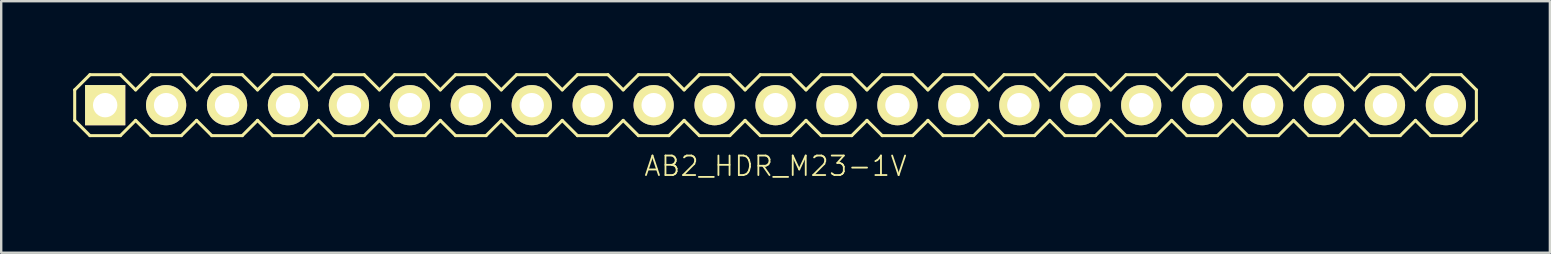
<source format=kicad_pcb>
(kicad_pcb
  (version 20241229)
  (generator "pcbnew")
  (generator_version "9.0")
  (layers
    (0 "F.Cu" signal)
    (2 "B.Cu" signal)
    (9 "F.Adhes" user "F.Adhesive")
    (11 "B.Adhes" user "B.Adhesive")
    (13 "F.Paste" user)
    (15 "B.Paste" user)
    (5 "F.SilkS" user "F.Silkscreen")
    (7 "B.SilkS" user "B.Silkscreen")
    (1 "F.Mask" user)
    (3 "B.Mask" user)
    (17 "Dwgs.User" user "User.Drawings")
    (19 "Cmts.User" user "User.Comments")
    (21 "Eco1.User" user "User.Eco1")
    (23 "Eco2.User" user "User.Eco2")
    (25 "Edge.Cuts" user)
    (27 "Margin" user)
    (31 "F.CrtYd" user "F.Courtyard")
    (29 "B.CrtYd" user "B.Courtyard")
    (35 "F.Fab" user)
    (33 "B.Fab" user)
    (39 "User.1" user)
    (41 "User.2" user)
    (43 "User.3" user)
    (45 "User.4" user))
  (footprint "AB2_HDR_M23-1V"
    (layer "F.Cu")
    (at 29.273 1.333)
    (property "Reference" "AB2_HDR_M23-1V" (at 0 2.54 0) (layer "F.SilkS") (effects (font (size 0.813 0.813) (thickness 0.076))))
    (attr through_hole)
    (fp_line (start -29.21 -0.635) (end -28.575 -1.27) (stroke (width 0.127) (type solid)) (layer "F.SilkS"))
    (fp_line (start -29.21 0.635) (end -29.21 -0.635) (stroke (width 0.127) (type solid)) (layer "F.SilkS"))
    (fp_line (start -28.575 -1.27) (end -27.305 -1.27) (stroke (width 0.127) (type solid)) (layer "F.SilkS"))
    (fp_line (start -28.575 1.27) (end -29.21 0.635) (stroke (width 0.127) (type solid)) (layer "F.SilkS"))
    (fp_line (start -27.305 -1.27) (end -26.67 -0.635) (stroke (width 0.127) (type solid)) (layer "F.SilkS"))
    (fp_line (start -27.305 1.27) (end -28.575 1.27) (stroke (width 0.127) (type solid)) (layer "F.SilkS"))
    (fp_line (start -26.67 -0.635) (end -26.035 -1.27) (stroke (width 0.127) (type solid)) (layer "F.SilkS"))
    (fp_line (start -26.67 0.635) (end -27.305 1.27) (stroke (width 0.127) (type solid)) (layer "F.SilkS"))
    (fp_line (start -26.035 -1.27) (end -24.765 -1.27) (stroke (width 0.127) (type solid)) (layer "F.SilkS"))
    (fp_line (start -26.035 1.27) (end -26.67 0.635) (stroke (width 0.127) (type solid)) (layer "F.SilkS"))
    (fp_line (start -24.765 -1.27) (end -24.13 -0.635) (stroke (width 0.127) (type solid)) (layer "F.SilkS"))
    (fp_line (start -24.765 1.27) (end -26.035 1.27) (stroke (width 0.127) (type solid)) (layer "F.SilkS"))
    (fp_line (start -24.13 -0.635) (end -23.495 -1.27) (stroke (width 0.127) (type solid)) (layer "F.SilkS"))
    (fp_line (start -24.13 0.635) (end -24.765 1.27) (stroke (width 0.127) (type solid)) (layer "F.SilkS"))
    (fp_line (start -23.495 -1.27) (end -22.225 -1.27) (stroke (width 0.127) (type solid)) (layer "F.SilkS"))
    (fp_line (start -23.495 1.27) (end -24.13 0.635) (stroke (width 0.127) (type solid)) (layer "F.SilkS"))
    (fp_line (start -22.225 -1.27) (end -21.59 -0.635) (stroke (width 0.127) (type solid)) (layer "F.SilkS"))
    (fp_line (start -22.225 1.27) (end -23.495 1.27) (stroke (width 0.127) (type solid)) (layer "F.SilkS"))
    (fp_line (start -21.59 -0.635) (end -20.955 -1.27) (stroke (width 0.127) (type solid)) (layer "F.SilkS"))
    (fp_line (start -21.59 0.635) (end -22.225 1.27) (stroke (width 0.127) (type solid)) (layer "F.SilkS"))
    (fp_line (start -20.955 -1.27) (end -19.685 -1.27) (stroke (width 0.127) (type solid)) (layer "F.SilkS"))
    (fp_line (start -20.955 1.27) (end -21.59 0.635) (stroke (width 0.127) (type solid)) (layer "F.SilkS"))
    (fp_line (start -19.685 -1.27) (end -19.05 -0.635) (stroke (width 0.127) (type solid)) (layer "F.SilkS"))
    (fp_line (start -19.685 1.27) (end -20.955 1.27) (stroke (width 0.127) (type solid)) (layer "F.SilkS"))
    (fp_line (start -19.05 -0.635) (end -18.415 -1.27) (stroke (width 0.127) (type solid)) (layer "F.SilkS"))
    (fp_line (start -19.05 0.635) (end -19.685 1.27) (stroke (width 0.127) (type solid)) (layer "F.SilkS"))
    (fp_line (start -18.415 -1.27) (end -17.145 -1.27) (stroke (width 0.127) (type solid)) (layer "F.SilkS"))
    (fp_line (start -18.415 1.27) (end -19.05 0.635) (stroke (width 0.127) (type solid)) (layer "F.SilkS"))
    (fp_line (start -17.145 -1.27) (end -16.51 -0.635) (stroke (width 0.127) (type solid)) (layer "F.SilkS"))
    (fp_line (start -17.145 1.27) (end -18.415 1.27) (stroke (width 0.127) (type solid)) (layer "F.SilkS"))
    (fp_line (start -16.51 -0.635) (end -15.875 -1.27) (stroke (width 0.127) (type solid)) (layer "F.SilkS"))
    (fp_line (start -16.51 0.635) (end -17.145 1.27) (stroke (width 0.127) (type solid)) (layer "F.SilkS"))
    (fp_line (start -15.875 -1.27) (end -14.605 -1.27) (stroke (width 0.127) (type solid)) (layer "F.SilkS"))
    (fp_line (start -15.875 1.27) (end -16.51 0.635) (stroke (width 0.127) (type solid)) (layer "F.SilkS"))
    (fp_line (start -14.605 -1.27) (end -13.97 -0.635) (stroke (width 0.127) (type solid)) (layer "F.SilkS"))
    (fp_line (start -14.605 1.27) (end -15.875 1.27) (stroke (width 0.127) (type solid)) (layer "F.SilkS"))
    (fp_line (start -13.97 -0.635) (end -13.335 -1.27) (stroke (width 0.127) (type solid)) (layer "F.SilkS"))
    (fp_line (start -13.97 0.635) (end -14.605 1.27) (stroke (width 0.127) (type solid)) (layer "F.SilkS"))
    (fp_line (start -13.335 -1.27) (end -12.065 -1.27) (stroke (width 0.127) (type solid)) (layer "F.SilkS"))
    (fp_line (start -13.335 1.27) (end -13.97 0.635) (stroke (width 0.127) (type solid)) (layer "F.SilkS"))
    (fp_line (start -12.065 -1.27) (end -11.43 -0.635) (stroke (width 0.127) (type solid)) (layer "F.SilkS"))
    (fp_line (start -12.065 1.27) (end -13.335 1.27) (stroke (width 0.127) (type solid)) (layer "F.SilkS"))
    (fp_line (start -11.43 -0.635) (end -10.795 -1.27) (stroke (width 0.127) (type solid)) (layer "F.SilkS"))
    (fp_line (start -11.43 0.635) (end -12.065 1.27) (stroke (width 0.127) (type solid)) (layer "F.SilkS"))
    (fp_line (start -10.795 -1.27) (end -9.525 -1.27) (stroke (width 0.127) (type solid)) (layer "F.SilkS"))
    (fp_line (start -10.795 1.27) (end -11.43 0.635) (stroke (width 0.127) (type solid)) (layer "F.SilkS"))
    (fp_line (start -9.525 -1.27) (end -8.89 -0.635) (stroke (width 0.127) (type solid)) (layer "F.SilkS"))
    (fp_line (start -9.525 1.27) (end -10.795 1.27) (stroke (width 0.127) (type solid)) (layer "F.SilkS"))
    (fp_line (start -8.89 -0.635) (end -8.255 -1.27) (stroke (width 0.127) (type solid)) (layer "F.SilkS"))
    (fp_line (start -8.89 0.635) (end -9.525 1.27) (stroke (width 0.127) (type solid)) (layer "F.SilkS"))
    (fp_line (start -8.255 -1.27) (end -6.985 -1.27) (stroke (width 0.127) (type solid)) (layer "F.SilkS"))
    (fp_line (start -8.255 1.27) (end -8.89 0.635) (stroke (width 0.127) (type solid)) (layer "F.SilkS"))
    (fp_line (start -6.985 -1.27) (end -6.35 -0.635) (stroke (width 0.127) (type solid)) (layer "F.SilkS"))
    (fp_line (start -6.985 1.27) (end -8.255 1.27) (stroke (width 0.127) (type solid)) (layer "F.SilkS"))
    (fp_line (start -6.35 -0.635) (end -5.715 -1.27) (stroke (width 0.127) (type solid)) (layer "F.SilkS"))
    (fp_line (start -6.35 0.635) (end -6.985 1.27) (stroke (width 0.127) (type solid)) (layer "F.SilkS"))
    (fp_line (start -5.715 -1.27) (end -4.445 -1.27) (stroke (width 0.127) (type solid)) (layer "F.SilkS"))
    (fp_line (start -5.715 1.27) (end -6.35 0.635) (stroke (width 0.127) (type solid)) (layer "F.SilkS"))
    (fp_line (start -4.445 -1.27) (end -3.81 -0.635) (stroke (width 0.127) (type solid)) (layer "F.SilkS"))
    (fp_line (start -4.445 1.27) (end -5.715 1.27) (stroke (width 0.127) (type solid)) (layer "F.SilkS"))
    (fp_line (start -3.81 -0.635) (end -3.175 -1.27) (stroke (width 0.127) (type solid)) (layer "F.SilkS"))
    (fp_line (start -3.81 0.635) (end -4.445 1.27) (stroke (width 0.127) (type solid)) (layer "F.SilkS"))
    (fp_line (start -3.175 -1.27) (end -1.905 -1.27) (stroke (width 0.127) (type solid)) (layer "F.SilkS"))
    (fp_line (start -3.175 1.27) (end -3.81 0.635) (stroke (width 0.127) (type solid)) (layer "F.SilkS"))
    (fp_line (start -1.905 -1.27) (end -1.27 -0.635) (stroke (width 0.127) (type solid)) (layer "F.SilkS"))
    (fp_line (start -1.905 1.27) (end -3.175 1.27) (stroke (width 0.127) (type solid)) (layer "F.SilkS"))
    (fp_line (start -1.27 -0.635) (end -0.635 -1.27) (stroke (width 0.127) (type solid)) (layer "F.SilkS"))
    (fp_line (start -1.27 0.635) (end -1.905 1.27) (stroke (width 0.127) (type solid)) (layer "F.SilkS"))
    (fp_line (start -0.635 -1.27) (end 0.635 -1.27) (stroke (width 0.127) (type solid)) (layer "F.SilkS"))
    (fp_line (start -0.635 1.27) (end -1.27 0.635) (stroke (width 0.127) (type solid)) (layer "F.SilkS"))
    (fp_line (start 0.635 -1.27) (end 1.27 -0.635) (stroke (width 0.127) (type solid)) (layer "F.SilkS"))
    (fp_line (start 0.635 1.27) (end -0.635 1.27) (stroke (width 0.127) (type solid)) (layer "F.SilkS"))
    (fp_line (start 1.27 -0.635) (end 1.905 -1.27) (stroke (width 0.127) (type solid)) (layer "F.SilkS"))
    (fp_line (start 1.27 0.635) (end 0.635 1.27) (stroke (width 0.127) (type solid)) (layer "F.SilkS"))
    (fp_line (start 1.905 -1.27) (end 3.175 -1.27) (stroke (width 0.127) (type solid)) (layer "F.SilkS"))
    (fp_line (start 1.905 1.27) (end 1.27 0.635) (stroke (width 0.127) (type solid)) (layer "F.SilkS"))
    (fp_line (start 3.175 -1.27) (end 3.81 -0.635) (stroke (width 0.127) (type solid)) (layer "F.SilkS"))
    (fp_line (start 3.175 1.27) (end 1.905 1.27) (stroke (width 0.127) (type solid)) (layer "F.SilkS"))
    (fp_line (start 3.81 -0.635) (end 4.445 -1.27) (stroke (width 0.127) (type solid)) (layer "F.SilkS"))
    (fp_line (start 3.81 0.635) (end 3.175 1.27) (stroke (width 0.127) (type solid)) (layer "F.SilkS"))
    (fp_line (start 4.445 -1.27) (end 5.715 -1.27) (stroke (width 0.127) (type solid)) (layer "F.SilkS"))
    (fp_line (start 4.445 1.27) (end 3.81 0.635) (stroke (width 0.127) (type solid)) (layer "F.SilkS"))
    (fp_line (start 5.715 -1.27) (end 6.35 -0.635) (stroke (width 0.127) (type solid)) (layer "F.SilkS"))
    (fp_line (start 5.715 1.27) (end 4.445 1.27) (stroke (width 0.127) (type solid)) (layer "F.SilkS"))
    (fp_line (start 6.35 -0.635) (end 6.985 -1.27) (stroke (width 0.127) (type solid)) (layer "F.SilkS"))
    (fp_line (start 6.35 0.635) (end 5.715 1.27) (stroke (width 0.127) (type solid)) (layer "F.SilkS"))
    (fp_line (start 6.985 -1.27) (end 8.255 -1.27) (stroke (width 0.127) (type solid)) (layer "F.SilkS"))
    (fp_line (start 6.985 1.27) (end 6.35 0.635) (stroke (width 0.127) (type solid)) (layer "F.SilkS"))
    (fp_line (start 8.255 -1.27) (end 8.89 -0.635) (stroke (width 0.127) (type solid)) (layer "F.SilkS"))
    (fp_line (start 8.255 1.27) (end 6.985 1.27) (stroke (width 0.127) (type solid)) (layer "F.SilkS"))
    (fp_line (start 8.89 -0.635) (end 9.525 -1.27) (stroke (width 0.127) (type solid)) (layer "F.SilkS"))
    (fp_line (start 8.89 0.635) (end 8.255 1.27) (stroke (width 0.127) (type solid)) (layer "F.SilkS"))
    (fp_line (start 9.525 -1.27) (end 10.795 -1.27) (stroke (width 0.127) (type solid)) (layer "F.SilkS"))
    (fp_line (start 9.525 1.27) (end 8.89 0.635) (stroke (width 0.127) (type solid)) (layer "F.SilkS"))
    (fp_line (start 10.795 -1.27) (end 11.43 -0.635) (stroke (width 0.127) (type solid)) (layer "F.SilkS"))
    (fp_line (start 10.795 1.27) (end 9.525 1.27) (stroke (width 0.127) (type solid)) (layer "F.SilkS"))
    (fp_line (start 11.43 -0.635) (end 12.065 -1.27) (stroke (width 0.127) (type solid)) (layer "F.SilkS"))
    (fp_line (start 11.43 0.635) (end 10.795 1.27) (stroke (width 0.127) (type solid)) (layer "F.SilkS"))
    (fp_line (start 12.065 -1.27) (end 13.335 -1.27) (stroke (width 0.127) (type solid)) (layer "F.SilkS"))
    (fp_line (start 12.065 1.27) (end 11.43 0.635) (stroke (width 0.127) (type solid)) (layer "F.SilkS"))
    (fp_line (start 13.335 -1.27) (end 13.97 -0.635) (stroke (width 0.127) (type solid)) (layer "F.SilkS"))
    (fp_line (start 13.335 1.27) (end 12.065 1.27) (stroke (width 0.127) (type solid)) (layer "F.SilkS"))
    (fp_line (start 13.97 -0.635) (end 14.605 -1.27) (stroke (width 0.127) (type solid)) (layer "F.SilkS"))
    (fp_line (start 13.97 0.635) (end 13.335 1.27) (stroke (width 0.127) (type solid)) (layer "F.SilkS"))
    (fp_line (start 14.605 -1.27) (end 15.875 -1.27) (stroke (width 0.127) (type solid)) (layer "F.SilkS"))
    (fp_line (start 14.605 1.27) (end 13.97 0.635) (stroke (width 0.127) (type solid)) (layer "F.SilkS"))
    (fp_line (start 15.875 -1.27) (end 16.51 -0.635) (stroke (width 0.127) (type solid)) (layer "F.SilkS"))
    (fp_line (start 15.875 1.27) (end 14.605 1.27) (stroke (width 0.127) (type solid)) (layer "F.SilkS"))
    (fp_line (start 16.51 -0.635) (end 17.145 -1.27) (stroke (width 0.127) (type solid)) (layer "F.SilkS"))
    (fp_line (start 16.51 0.635) (end 15.875 1.27) (stroke (width 0.127) (type solid)) (layer "F.SilkS"))
    (fp_line (start 17.145 -1.27) (end 18.415 -1.27) (stroke (width 0.127) (type solid)) (layer "F.SilkS"))
    (fp_line (start 17.145 1.27) (end 16.51 0.635) (stroke (width 0.127) (type solid)) (layer "F.SilkS"))
    (fp_line (start 18.415 -1.27) (end 19.05 -0.635) (stroke (width 0.127) (type solid)) (layer "F.SilkS"))
    (fp_line (start 18.415 1.27) (end 17.145 1.27) (stroke (width 0.127) (type solid)) (layer "F.SilkS"))
    (fp_line (start 19.05 -0.635) (end 19.685 -1.27) (stroke (width 0.127) (type solid)) (layer "F.SilkS"))
    (fp_line (start 19.05 0.635) (end 18.415 1.27) (stroke (width 0.127) (type solid)) (layer "F.SilkS"))
    (fp_line (start 19.685 -1.27) (end 20.955 -1.27) (stroke (width 0.127) (type solid)) (layer "F.SilkS"))
    (fp_line (start 19.685 1.27) (end 19.05 0.635) (stroke (width 0.127) (type solid)) (layer "F.SilkS"))
    (fp_line (start 20.955 -1.27) (end 21.59 -0.635) (stroke (width 0.127) (type solid)) (layer "F.SilkS"))
    (fp_line (start 20.955 1.27) (end 19.685 1.27) (stroke (width 0.127) (type solid)) (layer "F.SilkS"))
    (fp_line (start 21.59 -0.635) (end 22.225 -1.27) (stroke (width 0.127) (type solid)) (layer "F.SilkS"))
    (fp_line (start 21.59 0.635) (end 20.955 1.27) (stroke (width 0.127) (type solid)) (layer "F.SilkS"))
    (fp_line (start 22.225 -1.27) (end 23.495 -1.27) (stroke (width 0.127) (type solid)) (layer "F.SilkS"))
    (fp_line (start 22.225 1.27) (end 21.59 0.635) (stroke (width 0.127) (type solid)) (layer "F.SilkS"))
    (fp_line (start 23.495 -1.27) (end 24.13 -0.635) (stroke (width 0.127) (type solid)) (layer "F.SilkS"))
    (fp_line (start 23.495 1.27) (end 22.225 1.27) (stroke (width 0.127) (type solid)) (layer "F.SilkS"))
    (fp_line (start 24.13 -0.635) (end 24.765 -1.27) (stroke (width 0.127) (type solid)) (layer "F.SilkS"))
    (fp_line (start 24.13 0.635) (end 23.495 1.27) (stroke (width 0.127) (type solid)) (layer "F.SilkS"))
    (fp_line (start 24.765 -1.27) (end 26.035 -1.27) (stroke (width 0.127) (type solid)) (layer "F.SilkS"))
    (fp_line (start 24.765 1.27) (end 24.13 0.635) (stroke (width 0.127) (type solid)) (layer "F.SilkS"))
    (fp_line (start 26.035 -1.27) (end 26.67 -0.635) (stroke (width 0.127) (type solid)) (layer "F.SilkS"))
    (fp_line (start 26.035 1.27) (end 24.765 1.27) (stroke (width 0.127) (type solid)) (layer "F.SilkS"))
    (fp_line (start 26.67 -0.635) (end 27.305 -1.27) (stroke (width 0.127) (type solid)) (layer "F.SilkS"))
    (fp_line (start 26.67 0.635) (end 26.035 1.27) (stroke (width 0.127) (type solid)) (layer "F.SilkS"))
    (fp_line (start 27.305 -1.27) (end 28.575 -1.27) (stroke (width 0.127) (type solid)) (layer "F.SilkS"))
    (fp_line (start 27.305 1.27) (end 26.67 0.635) (stroke (width 0.127) (type solid)) (layer "F.SilkS"))
    (fp_line (start 28.575 -1.27) (end 29.21 -0.635) (stroke (width 0.127) (type solid)) (layer "F.SilkS"))
    (fp_line (start 28.575 1.27) (end 27.305 1.27) (stroke (width 0.127) (type solid)) (layer "F.SilkS"))
    (fp_line (start 29.21 -0.635) (end 29.21 0.635) (stroke (width 0.127) (type solid)) (layer "F.SilkS"))
    (fp_line (start 29.21 0.635) (end 28.575 1.27) (stroke (width 0.127) (type solid)) (layer "F.SilkS"))
    (pad "1" thru_hole rect (at -27.94 0) (size 1.676 1.676) (drill 1.016) (layers "*.Cu" "*.Mask" "F.SilkS"))
    (pad "2" thru_hole circle (at -25.4 0) (size 1.676 1.676) (drill 1.016) (layers "*.Cu" "*.Mask" "F.SilkS"))
    (pad "3" thru_hole circle (at -22.86 0) (size 1.676 1.676) (drill 1.016) (layers "*.Cu" "*.Mask" "F.SilkS"))
    (pad "4" thru_hole circle (at -20.32 0) (size 1.676 1.676) (drill 1.016) (layers "*.Cu" "*.Mask" "F.SilkS"))
    (pad "5" thru_hole circle (at -17.78 0) (size 1.676 1.676) (drill 1.016) (layers "*.Cu" "*.Mask" "F.SilkS"))
    (pad "6" thru_hole circle (at -15.24 0) (size 1.676 1.676) (drill 1.016) (layers "*.Cu" "*.Mask" "F.SilkS"))
    (pad "7" thru_hole circle (at -12.7 0) (size 1.676 1.676) (drill 1.016) (layers "*.Cu" "*.Mask" "F.SilkS"))
    (pad "8" thru_hole circle (at -10.16 0) (size 1.676 1.676) (drill 1.016) (layers "*.Cu" "*.Mask" "F.SilkS"))
    (pad "9" thru_hole circle (at -7.62 0) (size 1.676 1.676) (drill 1.016) (layers "*.Cu" "*.Mask" "F.SilkS"))
    (pad "10" thru_hole circle (at -5.08 0) (size 1.676 1.676) (drill 1.016) (layers "*.Cu" "*.Mask" "F.SilkS"))
    (pad "11" thru_hole circle (at -2.54 0) (size 1.676 1.676) (drill 1.016) (layers "*.Cu" "*.Mask" "F.SilkS"))
    (pad "12" thru_hole circle (at 0 0) (size 1.676 1.676) (drill 1.016) (layers "*.Cu" "*.Mask" "F.SilkS"))
    (pad "13" thru_hole circle (at 2.54 0) (size 1.676 1.676) (drill 1.016) (layers "*.Cu" "*.Mask" "F.SilkS"))
    (pad "14" thru_hole circle (at 5.08 0) (size 1.676 1.676) (drill 1.016) (layers "*.Cu" "*.Mask" "F.SilkS"))
    (pad "15" thru_hole circle (at 7.62 0) (size 1.676 1.676) (drill 1.016) (layers "*.Cu" "*.Mask" "F.SilkS"))
    (pad "16" thru_hole circle (at 10.16 0) (size 1.676 1.676) (drill 1.016) (layers "*.Cu" "*.Mask" "F.SilkS"))
    (pad "17" thru_hole circle (at 12.7 0) (size 1.676 1.676) (drill 1.016) (layers "*.Cu" "*.Mask" "F.SilkS"))
    (pad "18" thru_hole circle (at 15.24 0) (size 1.676 1.676) (drill 1.016) (layers "*.Cu" "*.Mask" "F.SilkS"))
    (pad "19" thru_hole circle (at 17.78 0) (size 1.676 1.676) (drill 1.016) (layers "*.Cu" "*.Mask" "F.SilkS"))
    (pad "20" thru_hole circle (at 20.32 0) (size 1.676 1.676) (drill 1.016) (layers "*.Cu" "*.Mask" "F.SilkS"))
    (pad "21" thru_hole circle (at 22.86 0) (size 1.676 1.676) (drill 1.016) (layers "*.Cu" "*.Mask" "F.SilkS"))
    (pad "22" thru_hole circle (at 25.4 0) (size 1.676 1.676) (drill 1.016) (layers "*.Cu" "*.Mask" "F.SilkS"))
    (pad "23" thru_hole circle (at 27.94 0) (size 1.676 1.676) (drill 1.016) (layers "*.Cu" "*.Mask" "F.SilkS")))
  (gr_rect
    (start -3 -3)
    (end 61.547 7.483)
    (stroke (width 0.1) (type default))
    (fill no)
    (layer "Edge.Cuts")))
</source>
